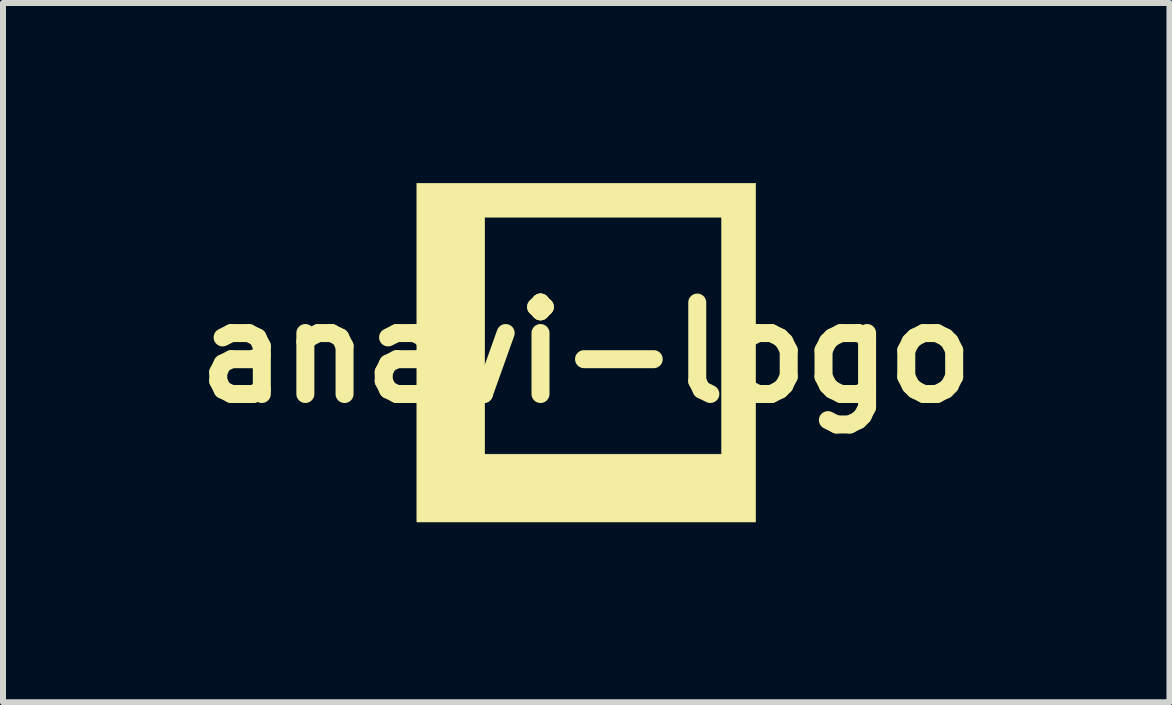
<source format=kicad_pcb>
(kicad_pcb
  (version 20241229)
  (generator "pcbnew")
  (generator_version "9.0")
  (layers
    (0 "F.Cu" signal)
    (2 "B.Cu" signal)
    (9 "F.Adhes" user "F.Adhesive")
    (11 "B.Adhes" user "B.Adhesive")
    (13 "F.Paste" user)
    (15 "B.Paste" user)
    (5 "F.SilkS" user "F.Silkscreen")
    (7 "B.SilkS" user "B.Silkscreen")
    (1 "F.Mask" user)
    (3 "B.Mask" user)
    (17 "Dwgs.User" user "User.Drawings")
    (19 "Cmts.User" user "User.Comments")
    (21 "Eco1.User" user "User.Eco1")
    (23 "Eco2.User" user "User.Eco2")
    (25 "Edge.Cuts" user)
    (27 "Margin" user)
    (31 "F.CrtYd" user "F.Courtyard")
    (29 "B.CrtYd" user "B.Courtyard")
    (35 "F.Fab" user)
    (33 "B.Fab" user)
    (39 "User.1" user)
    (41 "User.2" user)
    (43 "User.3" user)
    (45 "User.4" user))
  (footprint "anavi-logo"
    (layer "F.Cu")
    (at 6.72 2.827)
    (property "Reference" "anavi-logo" (at 0 0 0) (layer "F.SilkS") (effects (font (size 1.524 1.524) (thickness 0.3))))
    (attr through_hole)
    (fp_poly (pts (xy 2.822 2.822) (xy -2.822 2.822) (xy -2.822 -2.258) (xy -1.693 -2.258) (xy -1.693 1.693) (xy 2.258 1.693) (xy 2.258 -2.258) (xy -1.693 -2.258) (xy -2.822 -2.258) (xy -2.822 -2.822) (xy 2.822 -2.822) (xy 2.822 2.822)) (stroke (width 0.01) (type solid)) (fill yes) (layer "F.SilkS")))
  (gr_rect
    (start -3 -3)
    (end 16.44 8.654)
    (stroke (width 0.1) (type default))
    (fill no)
    (layer "Edge.Cuts")))
</source>
